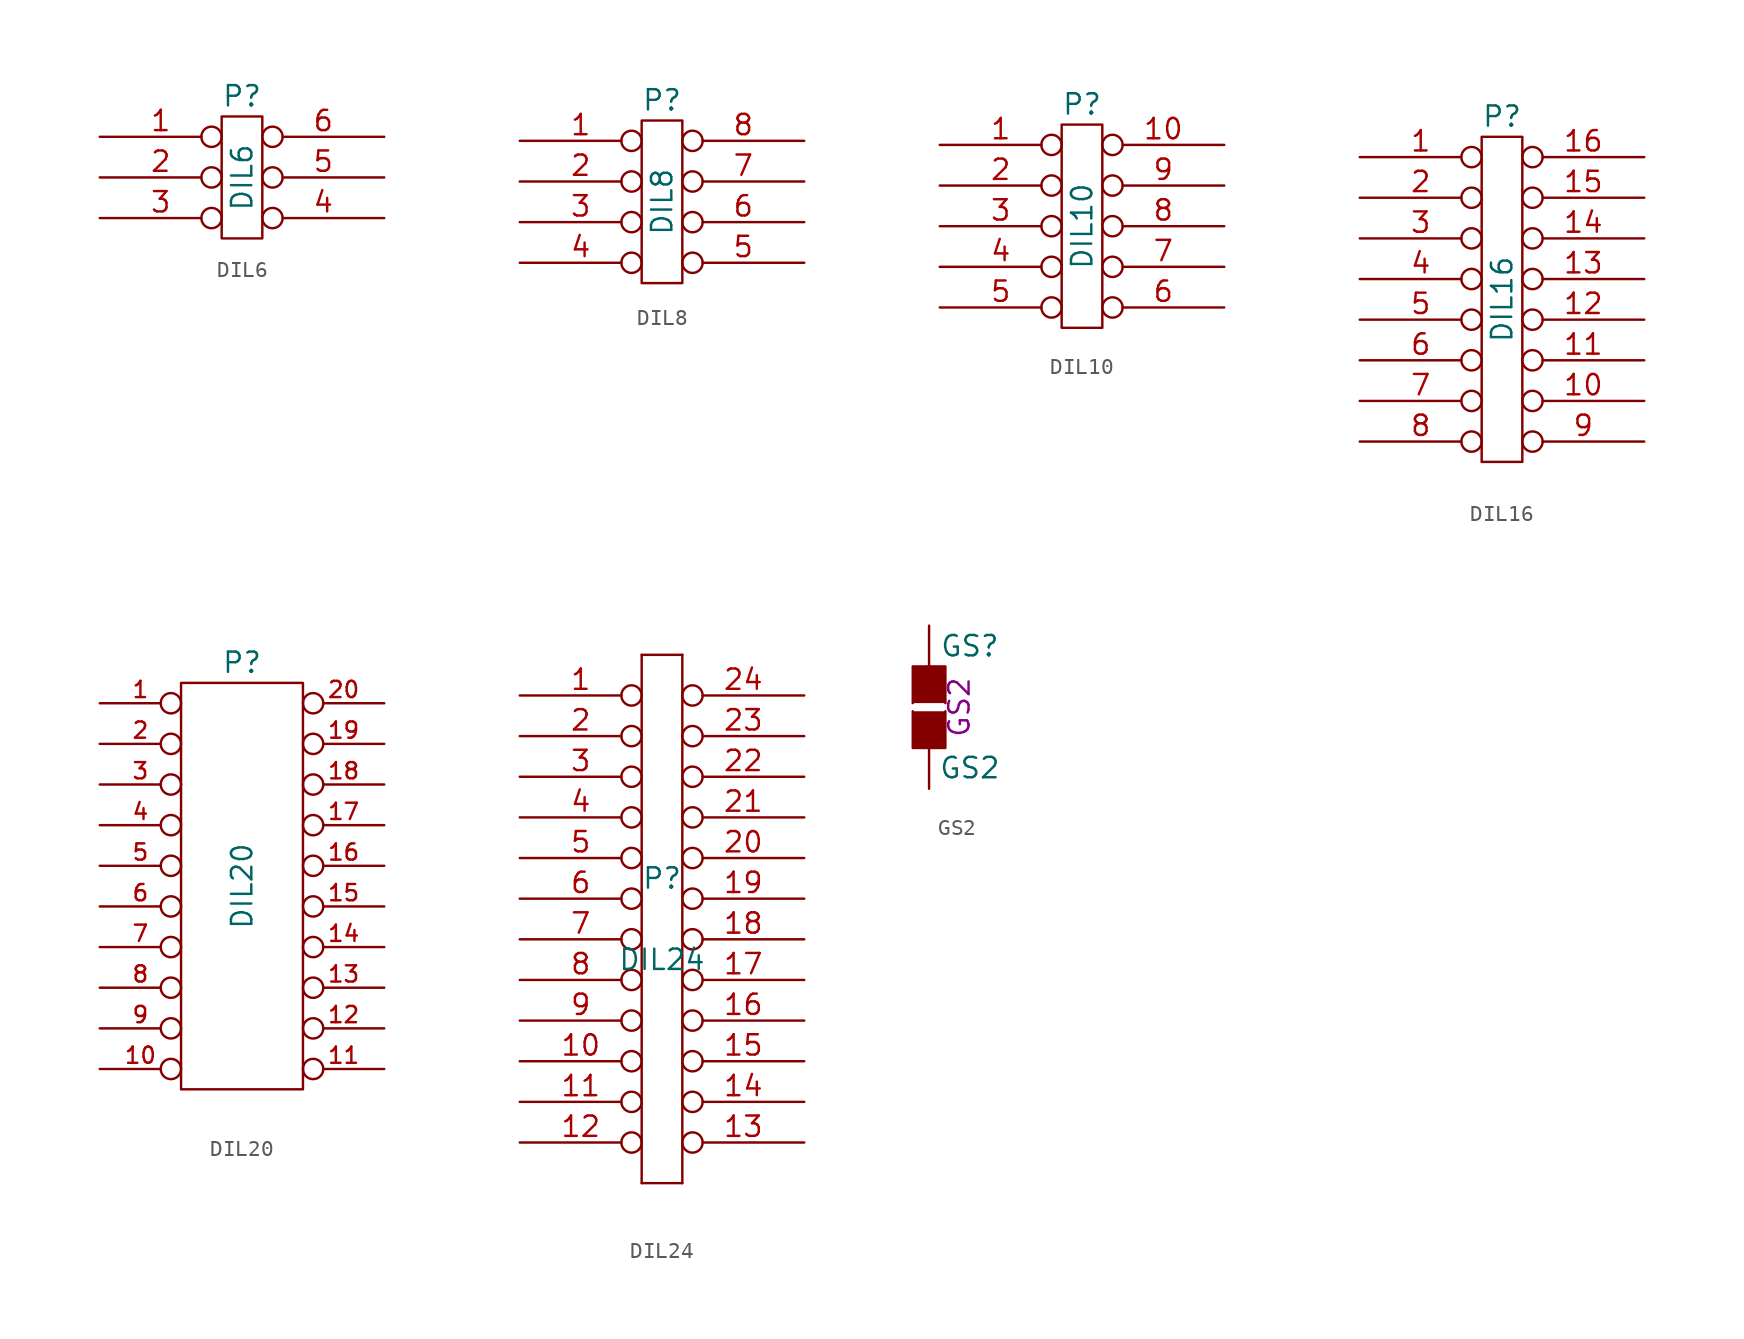
<source format=kicad_sym>
(kicad_symbol_lib
  (version 20231120)
  (generator "kicad_symbol_editor")
  (generator_version "8.0")
  (symbol "DIL6"
    (pin_names
      (offset 1.016) hide)
    (property "Reference" "P"
      (at 0 5.08 0)
      (effects (font (size 1.27 1.27))))
    (property "Value" "DIL6"
      (at 0 0 90)
      (effects (font (size 1.27 1.27))))
    (property "Footprint" ""
      (at 0 0 0)
      (effects (font (size 1.27 1.27))))
    (property "Datasheet" ""
      (at 0 0 0)
      (effects (font (size 1.27 1.27))))
    (symbol "DIL6_0_1"
      (rectangle (start -1.27 3.81) (end 1.27 -3.81) (stroke (width 0) (type solid)) (fill (type none))))
    (symbol "DIL6_1_1"
      (pin passive inverted (at -8.89 2.54 0) (length 7.62) (name "P1" (effects (font (size 1.27 1.27)))) (number "1" (effects (font (size 1.27 1.27)))))
      (pin passive inverted (at -8.89 0 0) (length 7.62) (name "P2" (effects (font (size 1.27 1.27)))) (number "2" (effects (font (size 1.27 1.27)))))
      (pin passive inverted (at -8.89 -2.54 0) (length 7.62) (name "P3" (effects (font (size 1.27 1.27)))) (number "3" (effects (font (size 1.27 1.27)))))
      (pin passive inverted (at 8.89 -2.54 180) (length 7.62) (name "P4" (effects (font (size 1.27 1.27)))) (number "4" (effects (font (size 1.27 1.27)))))
      (pin passive inverted (at 8.89 0 180) (length 7.62) (name "P5" (effects (font (size 1.27 1.27)))) (number "5" (effects (font (size 1.27 1.27)))))
      (pin passive inverted (at 8.89 2.54 180) (length 7.62) (name "P6" (effects (font (size 1.27 1.27)))) (number "6" (effects (font (size 1.27 1.27)))))))
  (symbol "DIL8"
    (pin_names
      (offset 1.016) hide)
    (property "Reference" "P"
      (at 0 6.35 0)
      (effects (font (size 1.27 1.27))))
    (property "Value" "DIL8"
      (at 0 0 90)
      (effects (font (size 1.27 1.27))))
    (property "Footprint" ""
      (at 0 0 0)
      (effects (font (size 1.27 1.27))))
    (property "Datasheet" ""
      (at 0 0 0)
      (effects (font (size 1.27 1.27))))
    (symbol "DIL8_0_1"
      (rectangle (start -1.27 5.08) (end 1.27 -5.08) (stroke (width 0) (type solid)) (fill (type none))))
    (symbol "DIL8_1_1"
      (pin passive inverted (at -8.89 3.81 0) (length 7.62) (name "P1" (effects (font (size 1.27 1.27)))) (number "1" (effects (font (size 1.27 1.27)))))
      (pin passive inverted (at -8.89 1.27 0) (length 7.62) (name "P2" (effects (font (size 1.27 1.27)))) (number "2" (effects (font (size 1.27 1.27)))))
      (pin passive inverted (at -8.89 -1.27 0) (length 7.62) (name "P3" (effects (font (size 1.27 1.27)))) (number "3" (effects (font (size 1.27 1.27)))))
      (pin passive inverted (at -8.89 -3.81 0) (length 7.62) (name "P4" (effects (font (size 1.27 1.27)))) (number "4" (effects (font (size 1.27 1.27)))))
      (pin passive inverted (at 8.89 -3.81 180) (length 7.62) (name "P5" (effects (font (size 1.27 1.27)))) (number "5" (effects (font (size 1.27 1.27)))))
      (pin passive inverted (at 8.89 -1.27 180) (length 7.62) (name "P6" (effects (font (size 1.27 1.27)))) (number "6" (effects (font (size 1.27 1.27)))))
      (pin passive inverted (at 8.89 1.27 180) (length 7.62) (name "P7" (effects (font (size 1.27 1.27)))) (number "7" (effects (font (size 1.27 1.27)))))
      (pin passive inverted (at 8.89 3.81 180) (length 7.62) (name "P8" (effects (font (size 1.27 1.27)))) (number "8" (effects (font (size 1.27 1.27)))))))
  (symbol "DIL10"
    (pin_names
      (offset 1.016) hide)
    (property "Reference" "P"
      (at 0 7.62 0)
      (effects (font (size 1.27 1.27))))
    (property "Value" "DIL10"
      (at 0 0 90)
      (effects (font (size 1.27 1.27))))
    (property "Footprint" ""
      (at 0 0 0)
      (effects (font (size 1.27 1.27))))
    (property "Datasheet" ""
      (at 0 0 0)
      (effects (font (size 1.27 1.27))))
    (symbol "DIL10_0_1"
      (rectangle (start -1.27 6.35) (end 1.27 -6.35) (stroke (width 0) (type solid)) (fill (type none))))
    (symbol "DIL10_1_1"
      (pin passive inverted (at -8.89 5.08 0) (length 7.62) (name "P1" (effects (font (size 1.27 1.27)))) (number "1" (effects (font (size 1.27 1.27)))))
      (pin passive inverted (at 8.89 5.08 180) (length 7.62) (name "P10" (effects (font (size 1.27 1.27)))) (number "10" (effects (font (size 1.27 1.27)))))
      (pin passive inverted (at -8.89 2.54 0) (length 7.62) (name "P2" (effects (font (size 1.27 1.27)))) (number "2" (effects (font (size 1.27 1.27)))))
      (pin passive inverted (at -8.89 0 0) (length 7.62) (name "P3" (effects (font (size 1.27 1.27)))) (number "3" (effects (font (size 1.27 1.27)))))
      (pin passive inverted (at -8.89 -2.54 0) (length 7.62) (name "P4" (effects (font (size 1.27 1.27)))) (number "4" (effects (font (size 1.27 1.27)))))
      (pin passive inverted (at -8.89 -5.08 0) (length 7.62) (name "P5" (effects (font (size 1.27 1.27)))) (number "5" (effects (font (size 1.27 1.27)))))
      (pin passive inverted (at 8.89 -5.08 180) (length 7.62) (name "P6" (effects (font (size 1.27 1.27)))) (number "6" (effects (font (size 1.27 1.27)))))
      (pin passive inverted (at 8.89 -2.54 180) (length 7.62) (name "P7" (effects (font (size 1.27 1.27)))) (number "7" (effects (font (size 1.27 1.27)))))
      (pin passive inverted (at 8.89 0 180) (length 7.62) (name "P8" (effects (font (size 1.27 1.27)))) (number "8" (effects (font (size 1.27 1.27)))))
      (pin passive inverted (at 8.89 2.54 180) (length 7.62) (name "P9" (effects (font (size 1.27 1.27)))) (number "9" (effects (font (size 1.27 1.27)))))))
  (symbol "DIL16"
    (pin_names
      (offset 1.016) hide)
    (property "Reference" "P"
      (at 0 11.43 0)
      (effects (font (size 1.27 1.27))))
    (property "Value" "DIL16"
      (at 0 0 90)
      (effects (font (size 1.27 1.27))))
    (property "Footprint" ""
      (at 0 0 0)
      (effects (font (size 1.27 1.27))))
    (property "Datasheet" ""
      (at 0 0 0)
      (effects (font (size 1.27 1.27))))
    (symbol "DIL16_0_1"
      (rectangle (start -1.27 10.16) (end 1.27 -10.16) (stroke (width 0) (type solid)) (fill (type none))))
    (symbol "DIL16_1_1"
      (pin passive inverted (at -8.89 8.89 0) (length 7.62) (name "1" (effects (font (size 1.27 1.27)))) (number "1" (effects (font (size 1.27 1.27)))))
      (pin passive inverted (at 8.89 -6.35 180) (length 7.62) (name "10" (effects (font (size 1.27 1.27)))) (number "10" (effects (font (size 1.27 1.27)))))
      (pin passive inverted (at 8.89 -3.81 180) (length 7.62) (name "11" (effects (font (size 1.27 1.27)))) (number "11" (effects (font (size 1.27 1.27)))))
      (pin passive inverted (at 8.89 -1.27 180) (length 7.62) (name "12" (effects (font (size 1.27 1.27)))) (number "12" (effects (font (size 1.27 1.27)))))
      (pin passive inverted (at 8.89 1.27 180) (length 7.62) (name "13" (effects (font (size 1.27 1.27)))) (number "13" (effects (font (size 1.27 1.27)))))
      (pin passive inverted (at 8.89 3.81 180) (length 7.62) (name "14" (effects (font (size 1.27 1.27)))) (number "14" (effects (font (size 1.27 1.27)))))
      (pin passive inverted (at 8.89 6.35 180) (length 7.62) (name "15" (effects (font (size 1.27 1.27)))) (number "15" (effects (font (size 1.27 1.27)))))
      (pin passive inverted (at 8.89 8.89 180) (length 7.62) (name "16" (effects (font (size 1.27 1.27)))) (number "16" (effects (font (size 1.27 1.27)))))
      (pin passive inverted (at -8.89 6.35 0) (length 7.62) (name "2" (effects (font (size 1.27 1.27)))) (number "2" (effects (font (size 1.27 1.27)))))
      (pin passive inverted (at -8.89 3.81 0) (length 7.62) (name "3" (effects (font (size 1.27 1.27)))) (number "3" (effects (font (size 1.27 1.27)))))
      (pin passive inverted (at -8.89 1.27 0) (length 7.62) (name "4" (effects (font (size 1.27 1.27)))) (number "4" (effects (font (size 1.27 1.27)))))
      (pin passive inverted (at -8.89 -1.27 0) (length 7.62) (name "5" (effects (font (size 1.27 1.27)))) (number "5" (effects (font (size 1.27 1.27)))))
      (pin passive inverted (at -8.89 -3.81 0) (length 7.62) (name "6" (effects (font (size 1.27 1.27)))) (number "6" (effects (font (size 1.27 1.27)))))
      (pin passive inverted (at -8.89 -6.35 0) (length 7.62) (name "7" (effects (font (size 1.27 1.27)))) (number "7" (effects (font (size 1.27 1.27)))))
      (pin passive inverted (at -8.89 -8.89 0) (length 7.62) (name "8" (effects (font (size 1.27 1.27)))) (number "8" (effects (font (size 1.27 1.27)))))
      (pin passive inverted (at 8.89 -8.89 180) (length 7.62) (name "9" (effects (font (size 1.27 1.27)))) (number "9" (effects (font (size 1.27 1.27)))))))
  (symbol "DIL20"
    (pin_names
      (offset 1.016) hide)
    (property "Reference" "P"
      (at 0 13.97 0)
      (effects (font (size 1.27 1.27))))
    (property "Value" "DIL20"
      (at 0 0 90)
      (effects (font (size 1.27 1.27))))
    (property "Footprint" ""
      (at 0 0 0)
      (effects (font (size 1.27 1.27))))
    (property "Datasheet" ""
      (at 0 0 0)
      (effects (font (size 1.27 1.27))))
    (symbol "DIL20_0_1"
      (rectangle (start -3.81 12.7) (end 3.81 -12.7) (stroke (width 0) (type solid)) (fill (type none))))
    (symbol "DIL20_1_1"
      (pin passive inverted (at -8.89 11.43 0) (length 5.08) (name "P1" (effects (font (size 1.016 1.016)))) (number "1" (effects (font (size 1.016 1.016)))))
      (pin passive inverted (at -8.89 -11.43 0) (length 5.08) (name "P10" (effects (font (size 1.016 1.016)))) (number "10" (effects (font (size 1.016 1.016)))))
      (pin passive inverted (at 8.89 -11.43 180) (length 5.08) (name "P11" (effects (font (size 1.016 1.016)))) (number "11" (effects (font (size 1.016 1.016)))))
      (pin passive inverted (at 8.89 -8.89 180) (length 5.08) (name "P12" (effects (font (size 1.016 1.016)))) (number "12" (effects (font (size 1.016 1.016)))))
      (pin passive inverted (at 8.89 -6.35 180) (length 5.08) (name "P13" (effects (font (size 1.016 1.016)))) (number "13" (effects (font (size 1.016 1.016)))))
      (pin passive inverted (at 8.89 -3.81 180) (length 5.08) (name "P14" (effects (font (size 1.016 1.016)))) (number "14" (effects (font (size 1.016 1.016)))))
      (pin passive inverted (at 8.89 -1.27 180) (length 5.08) (name "P15" (effects (font (size 1.016 1.016)))) (number "15" (effects (font (size 1.016 1.016)))))
      (pin passive inverted (at 8.89 1.27 180) (length 5.08) (name "P16" (effects (font (size 1.016 1.016)))) (number "16" (effects (font (size 1.016 1.016)))))
      (pin passive inverted (at 8.89 3.81 180) (length 5.08) (name "P17" (effects (font (size 1.016 1.016)))) (number "17" (effects (font (size 1.016 1.016)))))
      (pin passive inverted (at 8.89 6.35 180) (length 5.08) (name "P18" (effects (font (size 1.016 1.016)))) (number "18" (effects (font (size 1.016 1.016)))))
      (pin passive inverted (at 8.89 8.89 180) (length 5.08) (name "P19" (effects (font (size 1.016 1.016)))) (number "19" (effects (font (size 1.016 1.016)))))
      (pin passive inverted (at -8.89 8.89 0) (length 5.08) (name "P2" (effects (font (size 1.016 1.016)))) (number "2" (effects (font (size 1.016 1.016)))))
      (pin passive inverted (at 8.89 11.43 180) (length 5.08) (name "P20" (effects (font (size 1.016 1.016)))) (number "20" (effects (font (size 1.016 1.016)))))
      (pin passive inverted (at -8.89 6.35 0) (length 5.08) (name "P3" (effects (font (size 1.016 1.016)))) (number "3" (effects (font (size 1.016 1.016)))))
      (pin passive inverted (at -8.89 3.81 0) (length 5.08) (name "P4" (effects (font (size 1.016 1.016)))) (number "4" (effects (font (size 1.016 1.016)))))
      (pin passive inverted (at -8.89 1.27 0) (length 5.08) (name "P5" (effects (font (size 1.016 1.016)))) (number "5" (effects (font (size 1.016 1.016)))))
      (pin passive inverted (at -8.89 -1.27 0) (length 5.08) (name "P6" (effects (font (size 1.016 1.016)))) (number "6" (effects (font (size 1.016 1.016)))))
      (pin passive inverted (at -8.89 -3.81 0) (length 5.08) (name "P7" (effects (font (size 1.016 1.016)))) (number "7" (effects (font (size 1.016 1.016)))))
      (pin passive inverted (at -8.89 -6.35 0) (length 5.08) (name "P8" (effects (font (size 1.016 1.016)))) (number "8" (effects (font (size 1.016 1.016)))))
      (pin passive inverted (at -8.89 -8.89 0) (length 5.08) (name "P9" (effects (font (size 1.016 1.016)))) (number "9" (effects (font (size 1.016 1.016)))))))
  (symbol "DIL24"
    (pin_names
      (offset 1.016) hide)
    (property "Reference" "P"
      (at 0 2.54 0)
      (effects (font (size 1.27 1.27))))
    (property "Value" "DIL24"
      (at 0 -2.54 0)
      (effects (font (size 1.27 1.27))))
    (property "Footprint" ""
      (at 0 0 0)
      (effects (font (size 1.27 1.27))))
    (property "Datasheet" ""
      (at 0 0 0)
      (effects (font (size 1.27 1.27))))
    (symbol "DIL24_0_1"
      (polyline (pts (xy -1.27 -16.51) (xy 1.27 -16.51)) (stroke (width 0) (type solid)) (fill (type none)))
      (polyline (pts (xy -1.27 16.51) (xy -1.27 -16.51)) (stroke (width 0) (type solid)) (fill (type none)))
      (polyline (pts (xy 1.27 -16.51) (xy 1.27 16.51)) (stroke (width 0) (type solid)) (fill (type none)))
      (polyline (pts (xy 1.27 16.51) (xy -1.27 16.51)) (stroke (width 0) (type solid)) (fill (type none))))
    (symbol "DIL24_1_1"
      (pin passive inverted (at -8.89 13.97 0) (length 7.62) (name "P1" (effects (font (size 1.27 1.27)))) (number "1" (effects (font (size 1.27 1.27)))))
      (pin passive inverted (at -8.89 -8.89 0) (length 7.62) (name "P10" (effects (font (size 1.27 1.27)))) (number "10" (effects (font (size 1.27 1.27)))))
      (pin passive inverted (at -8.89 -11.43 0) (length 7.62) (name "P11" (effects (font (size 1.27 1.27)))) (number "11" (effects (font (size 1.27 1.27)))))
      (pin passive inverted (at -8.89 -13.97 0) (length 7.62) (name "P12" (effects (font (size 1.27 1.27)))) (number "12" (effects (font (size 1.27 1.27)))))
      (pin passive inverted (at 8.89 -13.97 180) (length 7.62) (name "P13" (effects (font (size 1.27 1.27)))) (number "13" (effects (font (size 1.27 1.27)))))
      (pin passive inverted (at 8.89 -11.43 180) (length 7.62) (name "P14" (effects (font (size 1.27 1.27)))) (number "14" (effects (font (size 1.27 1.27)))))
      (pin passive inverted (at 8.89 -8.89 180) (length 7.62) (name "P15" (effects (font (size 1.27 1.27)))) (number "15" (effects (font (size 1.27 1.27)))))
      (pin passive inverted (at 8.89 -6.35 180) (length 7.62) (name "P16" (effects (font (size 1.27 1.27)))) (number "16" (effects (font (size 1.27 1.27)))))
      (pin passive inverted (at 8.89 -3.81 180) (length 7.62) (name "P17" (effects (font (size 1.27 1.27)))) (number "17" (effects (font (size 1.27 1.27)))))
      (pin passive inverted (at 8.89 -1.27 180) (length 7.62) (name "P18" (effects (font (size 1.27 1.27)))) (number "18" (effects (font (size 1.27 1.27)))))
      (pin passive inverted (at 8.89 1.27 180) (length 7.62) (name "P19" (effects (font (size 1.27 1.27)))) (number "19" (effects (font (size 1.27 1.27)))))
      (pin passive inverted (at -8.89 11.43 0) (length 7.62) (name "P2" (effects (font (size 1.27 1.27)))) (number "2" (effects (font (size 1.27 1.27)))))
      (pin passive inverted (at 8.89 3.81 180) (length 7.62) (name "P20" (effects (font (size 1.27 1.27)))) (number "20" (effects (font (size 1.27 1.27)))))
      (pin passive inverted (at 8.89 6.35 180) (length 7.62) (name "P21" (effects (font (size 1.27 1.27)))) (number "21" (effects (font (size 1.27 1.27)))))
      (pin passive inverted (at 8.89 8.89 180) (length 7.62) (name "P22" (effects (font (size 1.27 1.27)))) (number "22" (effects (font (size 1.27 1.27)))))
      (pin passive inverted (at 8.89 11.43 180) (length 7.62) (name "P23" (effects (font (size 1.27 1.27)))) (number "23" (effects (font (size 1.27 1.27)))))
      (pin passive inverted (at 8.89 13.97 180) (length 7.62) (name "P24" (effects (font (size 1.27 1.27)))) (number "24" (effects (font (size 1.27 1.27)))))
      (pin passive inverted (at -8.89 8.89 0) (length 7.62) (name "P3" (effects (font (size 1.27 1.27)))) (number "3" (effects (font (size 1.27 1.27)))))
      (pin passive inverted (at -8.89 6.35 0) (length 7.62) (name "P4" (effects (font (size 1.27 1.27)))) (number "4" (effects (font (size 1.27 1.27)))))
      (pin passive inverted (at -8.89 3.81 0) (length 7.62) (name "P5" (effects (font (size 1.27 1.27)))) (number "5" (effects (font (size 1.27 1.27)))))
      (pin passive inverted (at -8.89 1.27 0) (length 7.62) (name "P6" (effects (font (size 1.27 1.27)))) (number "6" (effects (font (size 1.27 1.27)))))
      (pin passive inverted (at -8.89 -1.27 0) (length 7.62) (name "P7" (effects (font (size 1.27 1.27)))) (number "7" (effects (font (size 1.27 1.27)))))
      (pin passive inverted (at -8.89 -3.81 0) (length 7.62) (name "P8" (effects (font (size 1.27 1.27)))) (number "8" (effects (font (size 1.27 1.27)))))
      (pin passive inverted (at -8.89 -6.35 0) (length 7.62) (name "P9" (effects (font (size 1.27 1.27)))) (number "9" (effects (font (size 1.27 1.27)))))))
  (symbol "GS2"
    (pin_numbers hide)
    (pin_names
      (offset 1.016) hide)
    (property "Reference" "GS"
      (at 2.54 3.81 0)
      (effects (font (size 1.27 1.27))))
    (property "Value" "GS2"
      (at 2.54 -3.785 0)
      (effects (font (size 1.27 1.27))))
    (property "Footprint" "GS2"
      (at 1.88 0 90)
      (effects (font (size 1.27 1.27))))
    (property "Datasheet" ""
      (at 0 0 0)
      (effects (font (size 1.27 1.27))))
    (symbol "GS2_0_1"
      (polyline (pts (xy -1.016 -0.254) (xy -1.016 -2.54) (xy 1.016 -2.54) (xy 1.016 -0.254)) (stroke (width 0) (type solid)) (fill (type outline)))
      (polyline (pts (xy -1.016 0.254) (xy -1.016 2.54) (xy 1.016 2.54) (xy 1.016 0.254)) (stroke (width 0) (type solid)) (fill (type outline))))
    (symbol "GS2_1_1"
      (pin passive line (at 0 5.08 270) (length 2.54) (name "G1" (effects (font (size 1.27 1.27)))) (number "1" (effects (font (size 1.27 1.27)))))
      (pin passive line (at 0 -5.08 90) (length 2.54) (name "G2" (effects (font (size 1.27 1.27)))) (number "2" (effects (font (size 1.27 1.27))))))))
</source>
